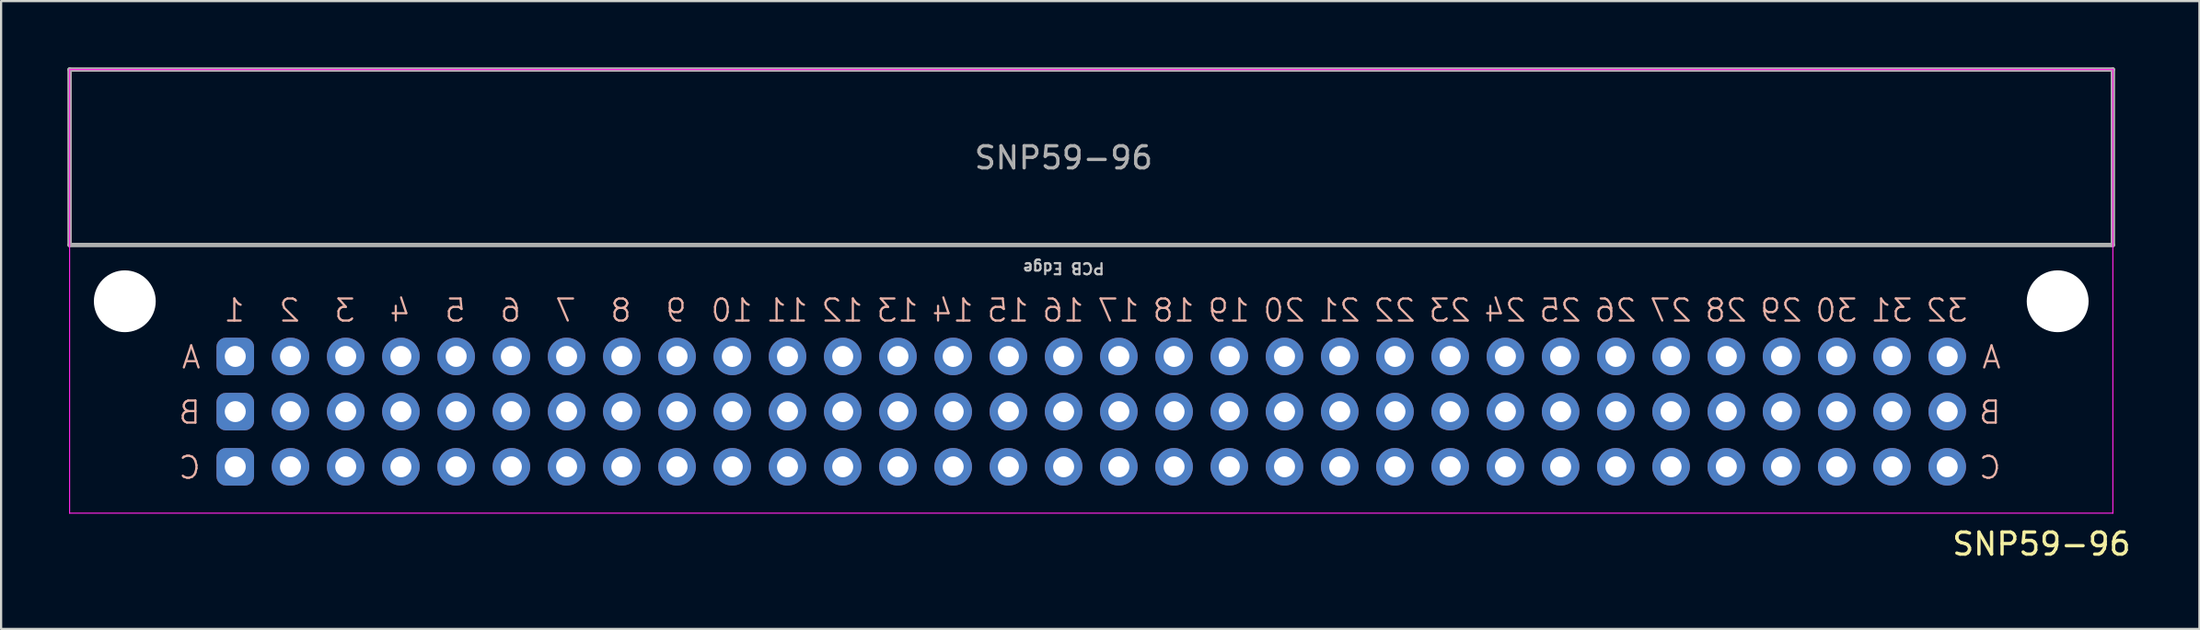
<source format=kicad_pcb>
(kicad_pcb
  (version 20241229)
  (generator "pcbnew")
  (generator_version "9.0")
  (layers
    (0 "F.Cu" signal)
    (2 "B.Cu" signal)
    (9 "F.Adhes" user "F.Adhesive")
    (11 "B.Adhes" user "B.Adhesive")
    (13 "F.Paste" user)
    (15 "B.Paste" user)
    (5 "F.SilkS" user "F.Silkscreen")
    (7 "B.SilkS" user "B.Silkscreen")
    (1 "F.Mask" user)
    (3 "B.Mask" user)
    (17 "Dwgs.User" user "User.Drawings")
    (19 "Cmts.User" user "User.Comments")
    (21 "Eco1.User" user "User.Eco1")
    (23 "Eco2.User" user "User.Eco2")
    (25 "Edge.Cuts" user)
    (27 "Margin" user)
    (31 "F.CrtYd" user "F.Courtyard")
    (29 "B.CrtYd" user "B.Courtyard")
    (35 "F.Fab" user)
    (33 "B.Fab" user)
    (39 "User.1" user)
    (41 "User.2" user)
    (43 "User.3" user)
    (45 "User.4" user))
  (footprint "SNP59-96"
    (layer "F.Cu")
    (at 45.1 10.1)
    (property "Reference" "SNP59-96" (at 44.27 11.5 180) (layer "F.SilkS") (effects (font (size 1 1) (thickness 0.15))))
    (attr through_hole)
    (fp_line (start -45 -10) (end -45 10.1) (stroke (width 0.05) (type default)) (layer "F.CrtYd"))
    (fp_line (start -45 10.1) (end 47.5 10.1) (stroke (width 0.05) (type default)) (layer "F.CrtYd"))
    (fp_line (start 47.5 -10) (end -45 -10) (stroke (width 0.05) (type default)) (layer "F.CrtYd"))
    (fp_line (start 47.5 10.1) (end 47.5 -10) (stroke (width 0.05) (type default)) (layer "F.CrtYd"))
    (fp_line (start -45 -10) (end -45 -2.05) (stroke (width 0.2) (type solid)) (layer "F.Fab"))
    (fp_line (start -45 -2.05) (end 47.5 -2.05) (stroke (width 0.2) (type solid)) (layer "F.Fab"))
    (fp_line (start 47.5 -10) (end -45 -10) (stroke (width 0.2) (type solid)) (layer "F.Fab"))
    (fp_line (start 47.5 -10) (end 47.5 -2.05) (stroke (width 0.2) (type solid)) (layer "F.Fab"))
    (fp_text user "19" (at 8.5 1.5 0) (unlocked yes) (layer "B.SilkS") (effects (font (size 1 1) (thickness 0.1)) (justify left bottom mirror)))
    (fp_text user "4" (at -29.5 1.5 0) (unlocked yes) (layer "B.SilkS") (effects (font (size 1 1) (thickness 0.1)) (justify left bottom mirror)))
    (fp_text user "24" (at 21 1.5 0) (unlocked yes) (layer "B.SilkS") (effects (font (size 1 1) (thickness 0.1)) (justify left bottom mirror)))
    (fp_text user "18" (at 6 1.5 0) (unlocked yes) (layer "B.SilkS") (effects (font (size 1 1) (thickness 0.1)) (justify left bottom mirror)))
    (fp_text user "5" (at -27 1.5 0) (unlocked yes) (layer "B.SilkS") (effects (font (size 1 1) (thickness 0.1)) (justify left bottom mirror)))
    (fp_text user "21" (at 13.5 1.5 0) (unlocked yes) (layer "B.SilkS") (effects (font (size 1 1) (thickness 0.1)) (justify left bottom mirror)))
    (fp_text user "2" (at -34.5 1.5 0) (unlocked yes) (layer "B.SilkS") (effects (font (size 1 1) (thickness 0.1)) (justify left bottom mirror)))
    (fp_text user "7" (at -22 1.5 0) (unlocked yes) (layer "B.SilkS") (effects (font (size 1 1) (thickness 0.1)) (justify left bottom mirror)))
    (fp_text user "25" (at 23.5 1.5 0) (unlocked yes) (layer "B.SilkS") (effects (font (size 1 1) (thickness 0.1)) (justify left bottom mirror)))
    (fp_text user "11" (at -11.5 1.5 0) (unlocked yes) (layer "B.SilkS") (effects (font (size 1 1) (thickness 0.1)) (justify left bottom mirror)))
    (fp_text user "30" (at 36 1.5 0) (unlocked yes) (layer "B.SilkS") (effects (font (size 1 1) (thickness 0.1)) (justify left bottom mirror)))
    (fp_text user "9" (at -17 1.5 0) (unlocked yes) (layer "B.SilkS") (effects (font (size 1 1) (thickness 0.1)) (justify left bottom mirror)))
    (fp_text user "14" (at -4 1.5 0) (unlocked yes) (layer "B.SilkS") (effects (font (size 1 1) (thickness 0.1)) (justify left bottom mirror)))
    (fp_text user "15" (at -1.5 1.5 0) (unlocked yes) (layer "B.SilkS") (effects (font (size 1 1) (thickness 0.1)) (justify left bottom mirror)))
    (fp_text user "22" (at 16 1.5 0) (unlocked yes) (layer "B.SilkS") (effects (font (size 1 1) (thickness 0.1)) (justify left bottom mirror)))
    (fp_text user "A" (at 42.5 3.625 0) (unlocked yes) (layer "B.SilkS") (effects (font (size 1 1) (thickness 0.1)) (justify left bottom mirror)))
    (fp_text user "B" (at 42.5 6.125 0) (unlocked yes) (layer "B.SilkS") (effects (font (size 1 1) (thickness 0.1)) (justify left bottom mirror)))
    (fp_text user "A" (at -39 3.625 0) (unlocked yes) (layer "B.SilkS") (effects (font (size 1 1) (thickness 0.1)) (justify left bottom mirror)))
    (fp_text user "6" (at -24.5 1.5 0) (unlocked yes) (layer "B.SilkS") (effects (font (size 1 1) (thickness 0.1)) (justify left bottom mirror)))
    (fp_text user "17" (at 3.5 1.5 0) (unlocked yes) (layer "B.SilkS") (effects (font (size 1 1) (thickness 0.1)) (justify left bottom mirror)))
    (fp_text user "31" (at 38.5 1.5 0) (unlocked yes) (layer "B.SilkS") (effects (font (size 1 1) (thickness 0.1)) (justify left bottom mirror)))
    (fp_text user "12" (at -9 1.5 0) (unlocked yes) (layer "B.SilkS") (effects (font (size 1 1) (thickness 0.1)) (justify left bottom mirror)))
    (fp_text user "26" (at 26 1.5 0) (unlocked yes) (layer "B.SilkS") (effects (font (size 1 1) (thickness 0.1)) (justify left bottom mirror)))
    (fp_text user "8" (at -19.5 1.5 0) (unlocked yes) (layer "B.SilkS") (effects (font (size 1 1) (thickness 0.1)) (justify left bottom mirror)))
    (fp_text user "29" (at 33.5 1.5 0) (unlocked yes) (layer "B.SilkS") (effects (font (size 1 1) (thickness 0.1)) (justify left bottom mirror)))
    (fp_text user "28" (at 31 1.5 0) (unlocked yes) (layer "B.SilkS") (effects (font (size 1 1) (thickness 0.1)) (justify left bottom mirror)))
    (fp_text user "32" (at 41 1.5 0) (unlocked yes) (layer "B.SilkS") (effects (font (size 1 1) (thickness 0.1)) (justify left bottom mirror)))
    (fp_text user "3" (at -32 1.5 0) (unlocked yes) (layer "B.SilkS") (effects (font (size 1 1) (thickness 0.1)) (justify left bottom mirror)))
    (fp_text user "20" (at 11 1.5 0) (unlocked yes) (layer "B.SilkS") (effects (font (size 1 1) (thickness 0.1)) (justify left bottom mirror)))
    (fp_text user "16" (at 1 1.5 0) (unlocked yes) (layer "B.SilkS") (effects (font (size 1 1) (thickness 0.1)) (justify left bottom mirror)))
    (fp_text user "C" (at 42.5 8.625 0) (unlocked yes) (layer "B.SilkS") (effects (font (size 1 1) (thickness 0.1)) (justify left bottom mirror)))
    (fp_text user "1" (at -37 1.5 0) (unlocked yes) (layer "B.SilkS") (effects (font (size 1 1) (thickness 0.1)) (justify left bottom mirror)))
    (fp_text user "C" (at -39 8.625 0) (unlocked yes) (layer "B.SilkS") (effects (font (size 1 1) (thickness 0.1)) (justify left bottom mirror)))
    (fp_text user "13" (at -6.5 1.5 0) (unlocked yes) (layer "B.SilkS") (effects (font (size 1 1) (thickness 0.1)) (justify left bottom mirror)))
    (fp_text user "B" (at -39 6.125 0) (unlocked yes) (layer "B.SilkS") (effects (font (size 1 1) (thickness 0.1)) (justify left bottom mirror)))
    (fp_text user "23" (at 18.5 1.5 0) (unlocked yes) (layer "B.SilkS") (effects (font (size 1 1) (thickness 0.1)) (justify left bottom mirror)))
    (fp_text user "27" (at 28.5 1.5 0) (unlocked yes) (layer "B.SilkS") (effects (font (size 1 1) (thickness 0.1)) (justify left bottom mirror)))
    (fp_text user "10" (at -14 1.5 0) (unlocked yes) (layer "B.SilkS") (effects (font (size 1 1) (thickness 0.1)) (justify left bottom mirror)))
    (fp_text user "PCB Edge" (at 0 -1 180) (unlocked yes) (layer "Dwgs.User") (effects (font (size 0.5 0.5) (thickness 0.1))))
    (fp_text user "${REFERENCE}" (at 0 -6 180) (layer "F.Fab") (effects (font (size 1 1) (thickness 0.15))))
    (pad "" np_thru_hole circle (at -42.5 0.5 180) (size 2.8 2.8) (drill 2.8) (layers "*.Cu" "*.Mask"))
    (pad "" np_thru_hole circle (at 45 0.5 180) (size 2.8 2.8) (drill 2.8) (layers "*.Cu" "*.Mask"))
    (pad "1" thru_hole roundrect (at -37.5 8 180) (size 1.7 1.7) (drill 0.95) (layers "*.Cu" "*.Mask") (roundrect_rratio 0.25))
    (pad "2" thru_hole circle (at -35 8 180) (size 1.7 1.7) (drill 0.95) (layers "*.Cu" "*.Mask"))
    (pad "3" thru_hole circle (at -32.5 8 180) (size 1.7 1.7) (drill 0.95) (layers "*.Cu" "*.Mask"))
    (pad "4" thru_hole circle (at -30 8 180) (size 1.7 1.7) (drill 0.95) (layers "*.Cu" "*.Mask"))
    (pad "5" thru_hole circle (at -27.5 8 180) (size 1.7 1.7) (drill 0.95) (layers "*.Cu" "*.Mask"))
    (pad "6" thru_hole circle (at -25 8 180) (size 1.7 1.7) (drill 0.95) (layers "*.Cu" "*.Mask"))
    (pad "7" thru_hole circle (at -22.5 8 180) (size 1.7 1.7) (drill 0.95) (layers "*.Cu" "*.Mask"))
    (pad "8" thru_hole circle (at -20 8 180) (size 1.7 1.7) (drill 0.95) (layers "*.Cu" "*.Mask"))
    (pad "9" thru_hole circle (at -17.5 8 180) (size 1.7 1.7) (drill 0.95) (layers "*.Cu" "*.Mask"))
    (pad "10" thru_hole circle (at -15 8 180) (size 1.7 1.7) (drill 0.95) (layers "*.Cu" "*.Mask"))
    (pad "11" thru_hole circle (at -12.5 8 180) (size 1.7 1.7) (drill 0.95) (layers "*.Cu" "*.Mask"))
    (pad "12" thru_hole circle (at -10 8 180) (size 1.7 1.7) (drill 0.95) (layers "*.Cu" "*.Mask"))
    (pad "13" thru_hole circle (at -7.5 8 180) (size 1.7 1.7) (drill 0.95) (layers "*.Cu" "*.Mask"))
    (pad "14" thru_hole circle (at -5 8 180) (size 1.7 1.7) (drill 0.95) (layers "*.Cu" "*.Mask"))
    (pad "15" thru_hole circle (at -2.5 8 180) (size 1.7 1.7) (drill 0.95) (layers "*.Cu" "*.Mask"))
    (pad "16" thru_hole circle (at 0 8 180) (size 1.7 1.7) (drill 0.95) (layers "*.Cu" "*.Mask"))
    (pad "17" thru_hole circle (at 2.5 8 180) (size 1.7 1.7) (drill 0.95) (layers "*.Cu" "*.Mask"))
    (pad "18" thru_hole circle (at 5 8 180) (size 1.7 1.7) (drill 0.95) (layers "*.Cu" "*.Mask"))
    (pad "19" thru_hole circle (at 7.5 8 180) (size 1.7 1.7) (drill 0.95) (layers "*.Cu" "*.Mask"))
    (pad "20" thru_hole circle (at 10 8 180) (size 1.7 1.7) (drill 0.95) (layers "*.Cu" "*.Mask"))
    (pad "21" thru_hole circle (at 12.5 8 180) (size 1.7 1.7) (drill 0.95) (layers "*.Cu" "*.Mask"))
    (pad "22" thru_hole circle (at 15 8 180) (size 1.7 1.7) (drill 0.95) (layers "*.Cu" "*.Mask"))
    (pad "23" thru_hole circle (at 17.5 8 180) (size 1.7 1.7) (drill 0.95) (layers "*.Cu" "*.Mask"))
    (pad "24" thru_hole circle (at 20 8 180) (size 1.7 1.7) (drill 0.95) (layers "*.Cu" "*.Mask"))
    (pad "25" thru_hole circle (at 22.5 8 180) (size 1.7 1.7) (drill 0.95) (layers "*.Cu" "*.Mask"))
    (pad "26" thru_hole circle (at 25 8 180) (size 1.7 1.7) (drill 0.95) (layers "*.Cu" "*.Mask"))
    (pad "27" thru_hole circle (at 27.5 8 180) (size 1.7 1.7) (drill 0.95) (layers "*.Cu" "*.Mask"))
    (pad "28" thru_hole circle (at 30 8 180) (size 1.7 1.7) (drill 0.95) (layers "*.Cu" "*.Mask"))
    (pad "29" thru_hole circle (at 32.5 8 180) (size 1.7 1.7) (drill 0.95) (layers "*.Cu" "*.Mask"))
    (pad "30" thru_hole circle (at 35 8 180) (size 1.7 1.7) (drill 0.95) (layers "*.Cu" "*.Mask"))
    (pad "31" thru_hole circle (at 37.5 8 180) (size 1.7 1.7) (drill 0.95) (layers "*.Cu" "*.Mask"))
    (pad "32" thru_hole circle (at 40 8 270) (size 1.7 1.7) (drill 0.95) (layers "*.Cu" "*.Mask"))
    (pad "33" thru_hole roundrect (at -37.5 5.5 180) (size 1.7 1.7) (drill 0.95) (layers "*.Cu" "*.Mask") (roundrect_rratio 0.25))
    (pad "34" thru_hole circle (at -35 5.5 180) (size 1.7 1.7) (drill 0.95) (layers "*.Cu" "*.Mask"))
    (pad "35" thru_hole circle (at -32.5 5.5 180) (size 1.7 1.7) (drill 0.95) (layers "*.Cu" "*.Mask"))
    (pad "36" thru_hole circle (at -30 5.5 180) (size 1.7 1.7) (drill 0.95) (layers "*.Cu" "*.Mask"))
    (pad "37" thru_hole circle (at -27.5 5.5 180) (size 1.7 1.7) (drill 0.95) (layers "*.Cu" "*.Mask"))
    (pad "38" thru_hole circle (at -25 5.5 180) (size 1.7 1.7) (drill 0.95) (layers "*.Cu" "*.Mask"))
    (pad "39" thru_hole circle (at -22.5 5.5 180) (size 1.7 1.7) (drill 0.95) (layers "*.Cu" "*.Mask"))
    (pad "40" thru_hole circle (at -20 5.5 180) (size 1.7 1.7) (drill 0.95) (layers "*.Cu" "*.Mask"))
    (pad "41" thru_hole circle (at -17.5 5.5 180) (size 1.7 1.7) (drill 0.95) (layers "*.Cu" "*.Mask"))
    (pad "42" thru_hole circle (at -15 5.5 180) (size 1.7 1.7) (drill 0.95) (layers "*.Cu" "*.Mask"))
    (pad "43" thru_hole circle (at -12.5 5.5 180) (size 1.7 1.7) (drill 0.95) (layers "*.Cu" "*.Mask"))
    (pad "44" thru_hole circle (at -10 5.5 180) (size 1.7 1.7) (drill 0.95) (layers "*.Cu" "*.Mask"))
    (pad "45" thru_hole circle (at -7.5 5.5 180) (size 1.7 1.7) (drill 0.95) (layers "*.Cu" "*.Mask"))
    (pad "46" thru_hole circle (at -5 5.5 180) (size 1.7 1.7) (drill 0.95) (layers "*.Cu" "*.Mask"))
    (pad "47" thru_hole circle (at -2.5 5.5 180) (size 1.7 1.7) (drill 0.95) (layers "*.Cu" "*.Mask"))
    (pad "48" thru_hole circle (at 0 5.5 180) (size 1.7 1.7) (drill 0.95) (layers "*.Cu" "*.Mask"))
    (pad "49" thru_hole circle (at 2.5 5.5 180) (size 1.7 1.7) (drill 0.95) (layers "*.Cu" "*.Mask"))
    (pad "50" thru_hole circle (at 5 5.5 180) (size 1.7 1.7) (drill 0.95) (layers "*.Cu" "*.Mask"))
    (pad "51" thru_hole circle (at 7.5 5.5 180) (size 1.7 1.7) (drill 0.95) (layers "*.Cu" "*.Mask"))
    (pad "52" thru_hole circle (at 10 5.5 180) (size 1.7 1.7) (drill 0.95) (layers "*.Cu" "*.Mask"))
    (pad "53" thru_hole circle (at 12.5 5.5 180) (size 1.7 1.7) (drill 0.95) (layers "*.Cu" "*.Mask"))
    (pad "54" thru_hole circle (at 15 5.5 180) (size 1.7 1.7) (drill 0.95) (layers "*.Cu" "*.Mask"))
    (pad "55" thru_hole circle (at 17.5 5.5 180) (size 1.7 1.7) (drill 0.95) (layers "*.Cu" "*.Mask"))
    (pad "56" thru_hole circle (at 20 5.5 180) (size 1.7 1.7) (drill 0.95) (layers "*.Cu" "*.Mask"))
    (pad "57" thru_hole circle (at 22.5 5.5 180) (size 1.7 1.7) (drill 0.95) (layers "*.Cu" "*.Mask"))
    (pad "58" thru_hole circle (at 25 5.5 180) (size 1.7 1.7) (drill 0.95) (layers "*.Cu" "*.Mask"))
    (pad "59" thru_hole circle (at 27.5 5.5 180) (size 1.7 1.7) (drill 0.95) (layers "*.Cu" "*.Mask"))
    (pad "60" thru_hole circle (at 30 5.5 180) (size 1.7 1.7) (drill 0.95) (layers "*.Cu" "*.Mask"))
    (pad "61" thru_hole circle (at 32.5 5.5 180) (size 1.7 1.7) (drill 0.95) (layers "*.Cu" "*.Mask"))
    (pad "62" thru_hole circle (at 35 5.5 180) (size 1.7 1.7) (drill 0.95) (layers "*.Cu" "*.Mask"))
    (pad "63" thru_hole circle (at 37.5 5.5 180) (size 1.7 1.7) (drill 0.95) (layers "*.Cu" "*.Mask"))
    (pad "64" thru_hole circle (at 40 5.5 270) (size 1.7 1.7) (drill 0.95) (layers "*.Cu" "*.Mask"))
    (pad "65" thru_hole roundrect (at -37.5 3 180) (size 1.7 1.7) (drill 0.95) (layers "*.Cu" "*.Mask") (roundrect_rratio 0.25))
    (pad "66" thru_hole circle (at -35 3 180) (size 1.7 1.7) (drill 0.95) (layers "*.Cu" "*.Mask"))
    (pad "67" thru_hole circle (at -32.5 3 180) (size 1.7 1.7) (drill 0.95) (layers "*.Cu" "*.Mask"))
    (pad "68" thru_hole circle (at -30 3 180) (size 1.7 1.7) (drill 0.95) (layers "*.Cu" "*.Mask"))
    (pad "69" thru_hole circle (at -27.5 3 180) (size 1.7 1.7) (drill 0.95) (layers "*.Cu" "*.Mask"))
    (pad "70" thru_hole circle (at -25 3 180) (size 1.7 1.7) (drill 0.95) (layers "*.Cu" "*.Mask"))
    (pad "71" thru_hole circle (at -22.5 3 180) (size 1.7 1.7) (drill 0.95) (layers "*.Cu" "*.Mask"))
    (pad "72" thru_hole circle (at -20 3 180) (size 1.7 1.7) (drill 0.95) (layers "*.Cu" "*.Mask"))
    (pad "73" thru_hole circle (at -17.5 3 180) (size 1.7 1.7) (drill 0.95) (layers "*.Cu" "*.Mask"))
    (pad "74" thru_hole circle (at -15 3 180) (size 1.7 1.7) (drill 0.95) (layers "*.Cu" "*.Mask"))
    (pad "75" thru_hole circle (at -12.5 3 180) (size 1.7 1.7) (drill 0.95) (layers "*.Cu" "*.Mask"))
    (pad "76" thru_hole circle (at -10 3 180) (size 1.7 1.7) (drill 0.95) (layers "*.Cu" "*.Mask"))
    (pad "77" thru_hole circle (at -7.5 3 180) (size 1.7 1.7) (drill 0.95) (layers "*.Cu" "*.Mask"))
    (pad "78" thru_hole circle (at -5 3 180) (size 1.7 1.7) (drill 0.95) (layers "*.Cu" "*.Mask"))
    (pad "79" thru_hole circle (at -2.5 3 180) (size 1.7 1.7) (drill 0.95) (layers "*.Cu" "*.Mask"))
    (pad "80" thru_hole circle (at 0 3 180) (size 1.7 1.7) (drill 0.95) (layers "*.Cu" "*.Mask"))
    (pad "81" thru_hole circle (at 2.5 3 180) (size 1.7 1.7) (drill 0.95) (layers "*.Cu" "*.Mask"))
    (pad "82" thru_hole circle (at 5 3 180) (size 1.7 1.7) (drill 0.95) (layers "*.Cu" "*.Mask"))
    (pad "83" thru_hole circle (at 7.5 3 180) (size 1.7 1.7) (drill 0.95) (layers "*.Cu" "*.Mask"))
    (pad "84" thru_hole circle (at 10 3 180) (size 1.7 1.7) (drill 0.95) (layers "*.Cu" "*.Mask"))
    (pad "85" thru_hole circle (at 12.5 3 180) (size 1.7 1.7) (drill 0.95) (layers "*.Cu" "*.Mask"))
    (pad "86" thru_hole circle (at 15 3 180) (size 1.7 1.7) (drill 0.95) (layers "*.Cu" "*.Mask"))
    (pad "87" thru_hole circle (at 17.5 3 180) (size 1.7 1.7) (drill 0.95) (layers "*.Cu" "*.Mask"))
    (pad "88" thru_hole circle (at 20 3 180) (size 1.7 1.7) (drill 0.95) (layers "*.Cu" "*.Mask"))
    (pad "89" thru_hole circle (at 22.5 3 180) (size 1.7 1.7) (drill 0.95) (layers "*.Cu" "*.Mask"))
    (pad "90" thru_hole circle (at 25 3 180) (size 1.7 1.7) (drill 0.95) (layers "*.Cu" "*.Mask"))
    (pad "91" thru_hole circle (at 27.5 3 180) (size 1.7 1.7) (drill 0.95) (layers "*.Cu" "*.Mask"))
    (pad "92" thru_hole circle (at 30 3 180) (size 1.7 1.7) (drill 0.95) (layers "*.Cu" "*.Mask"))
    (pad "93" thru_hole circle (at 32.5 3 180) (size 1.7 1.7) (drill 0.95) (layers "*.Cu" "*.Mask"))
    (pad "94" thru_hole circle (at 35 3 180) (size 1.7 1.7) (drill 0.95) (layers "*.Cu" "*.Mask"))
    (pad "95" thru_hole circle (at 37.5 3 180) (size 1.7 1.7) (drill 0.95) (layers "*.Cu" "*.Mask"))
    (pad "96" thru_hole circle (at 40 3 270) (size 1.7 1.7) (drill 0.95) (layers "*.Cu" "*.Mask")))
  (gr_rect
    (start -3 -3)
    (end 96.518 25.448)
    (stroke (width 0.1) (type default))
    (fill no)
    (layer "Edge.Cuts")))
</source>
